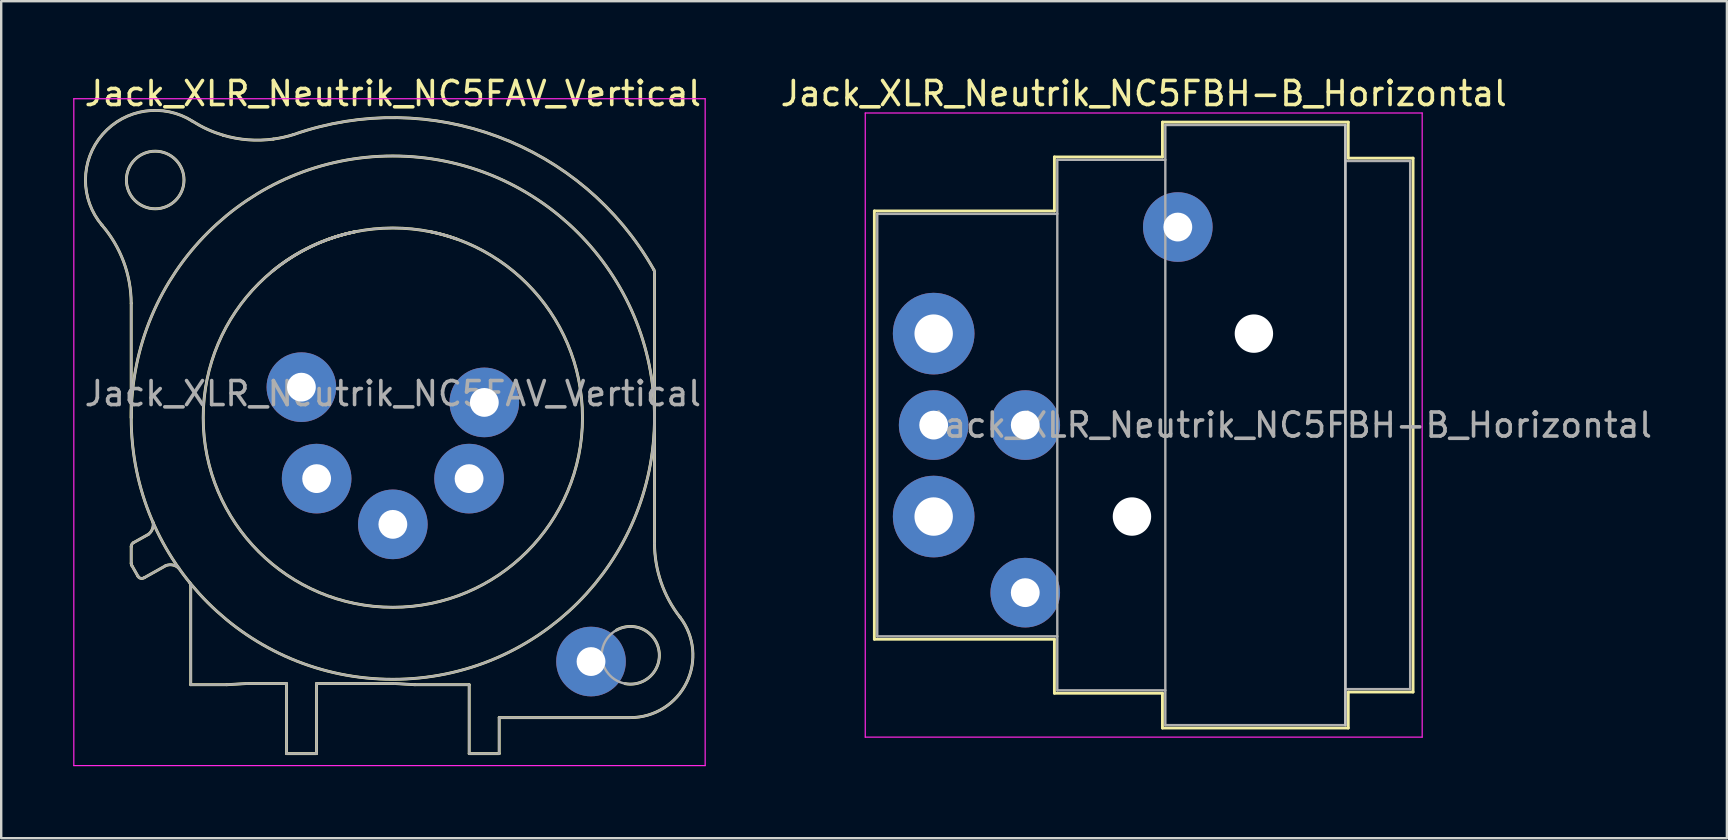
<source format=kicad_pcb>
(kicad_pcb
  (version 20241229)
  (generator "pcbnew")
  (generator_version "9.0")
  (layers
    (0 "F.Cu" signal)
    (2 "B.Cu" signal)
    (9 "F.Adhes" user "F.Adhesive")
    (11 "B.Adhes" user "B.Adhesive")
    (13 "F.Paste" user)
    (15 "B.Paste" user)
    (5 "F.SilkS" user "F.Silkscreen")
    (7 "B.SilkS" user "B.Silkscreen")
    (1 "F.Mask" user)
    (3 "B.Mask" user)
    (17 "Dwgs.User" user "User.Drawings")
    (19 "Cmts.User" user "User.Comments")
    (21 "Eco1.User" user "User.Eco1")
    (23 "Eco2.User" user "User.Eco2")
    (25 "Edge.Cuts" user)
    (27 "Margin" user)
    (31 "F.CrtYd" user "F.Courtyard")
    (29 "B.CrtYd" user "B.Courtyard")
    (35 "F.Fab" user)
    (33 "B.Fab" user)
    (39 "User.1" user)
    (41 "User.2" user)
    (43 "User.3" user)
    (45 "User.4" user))
  (footprint "Jack_XLR_Neutrik_NC5FAV_Vertical"
    (layer "F.Cu")
    (at 17.125 13.713)
    (property "Reference" "Jack_XLR_Neutrik_NC5FAV_Vertical" (at -3.81 -12.865 0) (layer "F.SilkS") (effects (font (size 1 1) (thickness 0.15))))
    (attr through_hole)
    (fp_line (start -14.71 0.635) (end -14.71 -4.13) (stroke (width 0.12) (type solid)) (layer "F.SilkS"))
    (fp_line (start -14.71 6.01) (end -14.71 6.7) (stroke (width 0.12) (type solid)) (layer "F.SilkS"))
    (fp_line (start -14.68 6.8) (end -14.43 7.24) (stroke (width 0.12) (type solid)) (layer "F.SilkS"))
    (fp_line (start -14.61 5.84) (end -14 5.5) (stroke (width 0.12) (type solid)) (layer "F.SilkS"))
    (fp_line (start -14.16 7.3) (end -13.27 6.8) (stroke (width 0.12) (type solid)) (layer "F.SilkS"))
    (fp_line (start -12.23 11.76) (end -12.23 7.62) (stroke (width 0.12) (type solid)) (layer "F.SilkS"))
    (fp_line (start -10.73 11.76) (end -12.23 11.76) (stroke (width 0.12) (type solid)) (layer "F.SilkS"))
    (fp_line (start -9.89 11.71) (end -10.73 11.76) (stroke (width 0.12) (type solid)) (layer "F.SilkS"))
    (fp_line (start -8.24 11.71) (end -9.89 11.71) (stroke (width 0.12) (type solid)) (layer "F.SilkS"))
    (fp_line (start -8.24 11.71) (end -8.24 14.63) (stroke (width 0.12) (type solid)) (layer "F.SilkS"))
    (fp_line (start -6.99 14.63) (end -8.24 14.63) (stroke (width 0.12) (type solid)) (layer "F.SilkS"))
    (fp_line (start -6.99 14.63) (end -6.99 11.71) (stroke (width 0.12) (type solid)) (layer "F.SilkS"))
    (fp_line (start -3.73 11.71) (end -6.99 11.71) (stroke (width 0.12) (type solid)) (layer "F.SilkS"))
    (fp_line (start -2.89 11.76) (end -3.73 11.71) (stroke (width 0.12) (type solid)) (layer "F.SilkS"))
    (fp_line (start -0.63 11.76) (end -2.89 11.76) (stroke (width 0.12) (type solid)) (layer "F.SilkS"))
    (fp_line (start -0.63 11.76) (end -0.63 14.63) (stroke (width 0.12) (type solid)) (layer "F.SilkS"))
    (fp_line (start 0.62 14.63) (end -0.63 14.63) (stroke (width 0.12) (type solid)) (layer "F.SilkS"))
    (fp_line (start 0.62 14.63) (end 0.62 13.13) (stroke (width 0.12) (type solid)) (layer "F.SilkS"))
    (fp_line (start 6.09 13.13) (end 0.62 13.13) (stroke (width 0.12) (type solid)) (layer "F.SilkS"))
    (fp_line (start 7.09 -5.43) (end 7.09 5.87) (stroke (width 0.12) (type solid)) (layer "F.SilkS"))
    (fp_arc (start -15.929066 -7.385564) (mid -15.028115 -5.866905) (end -14.71 -4.13) (stroke (width 0.12) (type solid)) (layer "F.SilkS"))
    (fp_arc (start -15.918146 -7.373153) (mid -15.902506 -11.164998) (end -12.15 -11.71) (stroke (width 0.12) (type solid)) (layer "F.SilkS"))
    (fp_arc (start -14.709743 6.009652) (mid -14.682878 5.9113) (end -14.61 5.84) (stroke (width 0.12) (type solid)) (layer "F.SilkS"))
    (fp_arc (start -14.682649 6.795385) (mid -14.703027 6.749614) (end -14.71 6.7) (stroke (width 0.12) (type solid)) (layer "F.SilkS"))
    (fp_arc (start -14.160142 7.297076) (mid -14.307987 7.329603) (end -14.43 7.24) (stroke (width 0.12) (type solid)) (layer "F.SilkS"))
    (fp_arc (start -13.801628 4.991381) (mid -13.826689 5.274601) (end -14 5.5) (stroke (width 0.12) (type solid)) (layer "F.SilkS"))
    (fp_arc (start -13.27 6.8) (mid -12.979462 6.773118) (end -12.722228 6.910835) (stroke (width 0.12) (type solid)) (layer "F.SilkS"))
    (fp_arc (start -12.267885 7.513016) (mid -12.239751 7.563253) (end -12.23 7.62) (stroke (width 0.12) (type solid)) (layer "F.SilkS"))
    (fp_arc (start -10.874228 -11.129536) (mid -11.532536 -11.374883) (end -12.15 -11.71) (stroke (width 0.12) (type solid)) (layer "F.SilkS"))
    (fp_arc (start -8.842926 -5.457584) (mid -7.213275 -6.497156) (end -5.38 -7.11) (stroke (width 0.12) (type solid)) (layer "F.SilkS"))
    (fp_arc (start -8.78758 -10.969733) (mid -9.842283 -10.938982) (end -10.88 -11.13) (stroke (width 0.12) (type solid)) (layer "F.SilkS"))
    (fp_arc (start -7.953762 -11.154656) (mid -8.367971 -11.044621) (end -8.79 -10.97) (stroke (width 0.12) (type solid)) (layer "F.SilkS"))
    (fp_arc (start -7.952655 -11.154934) (mid 0.574548 -11.067131) (end 7.06 -5.53) (stroke (width 0.12) (type solid)) (layer "F.SilkS"))
    (fp_arc (start -6.455617 -6.811518) (mid -5.923085 -6.979774) (end -5.38 -7.11) (stroke (width 0.12) (type solid)) (layer "F.SilkS"))
    (fp_arc (start -2.235447 -7.109114) (mid -1.692436 -6.978569) (end -1.16 -6.81) (stroke (width 0.12) (type solid)) (layer "F.SilkS"))
    (fp_arc (start 5.507701 9.483226) (mid 7.277502 10.347546) (end 5.86 11.715) (stroke (width 0.12) (type solid)) (layer "F.SilkS"))
    (fp_arc (start 7.056349 -5.537362) (mid 7.080146 -5.485866) (end 7.09 -5.43) (stroke (width 0.12) (type solid)) (layer "F.SilkS"))
    (fp_arc (start 8.152719 8.94722) (mid 8.42187 11.679951) (end 6.09 13.13) (stroke (width 0.12) (type solid)) (layer "F.SilkS"))
    (fp_arc (start 8.154941 8.951603) (mid 7.36532 7.499668) (end 7.09 5.87) (stroke (width 0.12) (type solid)) (layer "F.SilkS"))
    (fp_circle (center -13.71 -9.265) (end -12.51 -9.265) (stroke (width 0.12) (type solid)) (fill no) (layer "F.SilkS"))
    (fp_circle (center -3.81 0.635) (end 4.09 0.635) (stroke (width 0.12) (type solid)) (fill no) (layer "F.SilkS"))
    (fp_circle (center -3.81 0.635) (end 7.09 0.635) (stroke (width 0.12) (type solid)) (fill no) (layer "F.SilkS"))
    (fp_line (start -17.1 -12.65) (end 9.2 -12.65) (stroke (width 0.05) (type solid)) (layer "F.CrtYd"))
    (fp_line (start -17.1 15.13) (end -17.1 -12.65) (stroke (width 0.05) (type solid)) (layer "F.CrtYd"))
    (fp_line (start 9.2 -12.65) (end 9.2 15.13) (stroke (width 0.05) (type solid)) (layer "F.CrtYd"))
    (fp_line (start 9.2 15.13) (end -17.1 15.13) (stroke (width 0.05) (type solid)) (layer "F.CrtYd"))
    (fp_line (start -14.71 0.635) (end -14.71 -4.13) (stroke (width 0.1) (type solid)) (layer "F.Fab"))
    (fp_line (start -14.71 6.01) (end -14.71 6.7) (stroke (width 0.1) (type solid)) (layer "F.Fab"))
    (fp_line (start -14.68 6.8) (end -14.43 7.24) (stroke (width 0.1) (type solid)) (layer "F.Fab"))
    (fp_line (start -14.61 5.84) (end -14 5.5) (stroke (width 0.1) (type solid)) (layer "F.Fab"))
    (fp_line (start -14.16 7.3) (end -13.27 6.8) (stroke (width 0.1) (type solid)) (layer "F.Fab"))
    (fp_line (start -12.23 11.76) (end -12.23 7.62) (stroke (width 0.1) (type solid)) (layer "F.Fab"))
    (fp_line (start -10.73 11.76) (end -12.23 11.76) (stroke (width 0.1) (type solid)) (layer "F.Fab"))
    (fp_line (start -9.89 11.71) (end -10.73 11.76) (stroke (width 0.1) (type solid)) (layer "F.Fab"))
    (fp_line (start -8.24 11.71) (end -9.89 11.71) (stroke (width 0.1) (type solid)) (layer "F.Fab"))
    (fp_line (start -8.24 11.71) (end -8.24 14.63) (stroke (width 0.1) (type solid)) (layer "F.Fab"))
    (fp_line (start -6.99 14.63) (end -8.24 14.63) (stroke (width 0.1) (type solid)) (layer "F.Fab"))
    (fp_line (start -6.99 14.63) (end -6.99 11.71) (stroke (width 0.1) (type solid)) (layer "F.Fab"))
    (fp_line (start -3.73 11.71) (end -6.99 11.71) (stroke (width 0.1) (type solid)) (layer "F.Fab"))
    (fp_line (start -2.89 11.76) (end -3.73 11.71) (stroke (width 0.1) (type solid)) (layer "F.Fab"))
    (fp_line (start -0.63 11.76) (end -2.89 11.76) (stroke (width 0.1) (type solid)) (layer "F.Fab"))
    (fp_line (start -0.63 11.76) (end -0.63 14.63) (stroke (width 0.1) (type solid)) (layer "F.Fab"))
    (fp_line (start 0.62 14.63) (end -0.63 14.63) (stroke (width 0.1) (type solid)) (layer "F.Fab"))
    (fp_line (start 0.62 14.63) (end 0.62 13.13) (stroke (width 0.1) (type solid)) (layer "F.Fab"))
    (fp_line (start 6.09 13.13) (end 0.62 13.13) (stroke (width 0.1) (type solid)) (layer "F.Fab"))
    (fp_line (start 7.09 -5.43) (end 7.09 5.87) (stroke (width 0.1) (type solid)) (layer "F.Fab"))
    (fp_arc (start -15.929066 -7.385564) (mid -15.028115 -5.866905) (end -14.71 -4.13) (stroke (width 0.1) (type solid)) (layer "F.Fab"))
    (fp_arc (start -15.918146 -7.373153) (mid -15.902506 -11.164998) (end -12.15 -11.71) (stroke (width 0.1) (type solid)) (layer "F.Fab"))
    (fp_arc (start -14.709743 6.009652) (mid -14.682878 5.9113) (end -14.61 5.84) (stroke (width 0.1) (type solid)) (layer "F.Fab"))
    (fp_arc (start -14.682649 6.795385) (mid -14.703027 6.749614) (end -14.71 6.7) (stroke (width 0.1) (type solid)) (layer "F.Fab"))
    (fp_arc (start -14.160142 7.297076) (mid -14.307987 7.329603) (end -14.43 7.24) (stroke (width 0.1) (type solid)) (layer "F.Fab"))
    (fp_arc (start -13.801628 4.991381) (mid -13.826689 5.274601) (end -14 5.5) (stroke (width 0.1) (type solid)) (layer "F.Fab"))
    (fp_arc (start -13.27 6.8) (mid -12.979462 6.773118) (end -12.722228 6.910835) (stroke (width 0.1) (type solid)) (layer "F.Fab"))
    (fp_arc (start -12.267885 7.513016) (mid -12.239751 7.563253) (end -12.23 7.62) (stroke (width 0.1) (type solid)) (layer "F.Fab"))
    (fp_arc (start -10.874228 -11.129536) (mid -11.532536 -11.374883) (end -12.15 -11.71) (stroke (width 0.1) (type solid)) (layer "F.Fab"))
    (fp_arc (start -8.842926 -5.457584) (mid -7.213275 -6.497156) (end -5.38 -7.11) (stroke (width 0.1) (type solid)) (layer "F.Fab"))
    (fp_arc (start -8.78758 -10.969733) (mid -9.842283 -10.938982) (end -10.88 -11.13) (stroke (width 0.1) (type solid)) (layer "F.Fab"))
    (fp_arc (start -7.953762 -11.154656) (mid -8.367971 -11.044621) (end -8.79 -10.97) (stroke (width 0.1) (type solid)) (layer "F.Fab"))
    (fp_arc (start -7.952655 -11.154934) (mid 0.574548 -11.067131) (end 7.06 -5.53) (stroke (width 0.1) (type solid)) (layer "F.Fab"))
    (fp_arc (start -6.455617 -6.811518) (mid -5.923085 -6.979774) (end -5.38 -7.11) (stroke (width 0.1) (type solid)) (layer "F.Fab"))
    (fp_arc (start -2.235447 -7.109114) (mid -1.692436 -6.978569) (end -1.16 -6.81) (stroke (width 0.1) (type solid)) (layer "F.Fab"))
    (fp_arc (start 7.056349 -5.537362) (mid 7.080146 -5.485866) (end 7.09 -5.43) (stroke (width 0.1) (type solid)) (layer "F.Fab"))
    (fp_arc (start 8.152719 8.94722) (mid 8.42187 11.679951) (end 6.09 13.13) (stroke (width 0.1) (type solid)) (layer "F.Fab"))
    (fp_arc (start 8.154941 8.951603) (mid 7.36532 7.499668) (end 7.09 5.87) (stroke (width 0.1) (type solid)) (layer "F.Fab"))
    (fp_circle (center -13.71 -9.265) (end -12.51 -9.265) (stroke (width 0.1) (type solid)) (fill no) (layer "F.Fab"))
    (fp_circle (center -3.81 0.635) (end 4.09 0.635) (stroke (width 0.1) (type solid)) (fill no) (layer "F.Fab"))
    (fp_circle (center -3.81 0.635) (end 7.09 0.635) (stroke (width 0.1) (type solid)) (fill no) (layer "F.Fab"))
    (fp_circle (center 6.09 10.535) (end 7.29 10.535) (stroke (width 0.1) (type solid)) (fill no) (layer "F.Fab"))
    (fp_text user "${REFERENCE}" (at -3.81 -0.365 0) (layer "F.Fab") (effects (font (size 1 1) (thickness 0.15))))
    (pad "1" thru_hole circle (at 0 0) (size 2.9 2.9) (drill 1.2) (layers "*.Cu" "*.Mask"))
    (pad "2" thru_hole circle (at -0.635 3.175) (size 2.9 2.9) (drill 1.2) (layers "*.Cu" "*.Mask"))
    (pad "3" thru_hole circle (at -3.81 5.08) (size 2.9 2.9) (drill 1.2) (layers "*.Cu" "*.Mask"))
    (pad "4" thru_hole circle (at -6.985 3.175) (size 2.9 2.9) (drill 1.2) (layers "*.Cu" "*.Mask"))
    (pad "5" thru_hole circle (at -7.62 -0.635) (size 2.9 2.9) (drill 1.2) (layers "*.Cu" "*.Mask"))
    (pad "G" thru_hole circle (at 4.445 10.795) (size 2.9 2.9) (drill 1.2) (layers "*.Cu" "*.Mask")))
  (footprint "Jack_XLR_Neutrik_NC5FBH-B_Horizontal"
    (layer "F.Cu")
    (at 35.844 10.848)
    (property "Reference" "Jack_XLR_Neutrik_NC5FBH-B_Horizontal" (at 8.75 -10 0) (layer "F.SilkS") (effects (font (size 1 1) (thickness 0.15))))
    (attr through_hole)
    (fp_line (start -2.47 -5.11) (end -2.47 12.73) (stroke (width 0.12) (type solid)) (layer "F.SilkS"))
    (fp_line (start 5.03 -5.11) (end -2.47 -5.11) (stroke (width 0.12) (type solid)) (layer "F.SilkS"))
    (fp_line (start 5.03 -5.11) (end 5.03 -7.36) (stroke (width 0.12) (type solid)) (layer "F.SilkS"))
    (fp_line (start 5.03 12.73) (end -2.47 12.73) (stroke (width 0.12) (type solid)) (layer "F.SilkS"))
    (fp_line (start 5.03 12.73) (end 5.03 14.98) (stroke (width 0.12) (type solid)) (layer "F.SilkS"))
    (fp_line (start 9.53 -7.36) (end 5.03 -7.36) (stroke (width 0.12) (type solid)) (layer "F.SilkS"))
    (fp_line (start 9.53 -7.36) (end 9.53 -8.81) (stroke (width 0.12) (type solid)) (layer "F.SilkS"))
    (fp_line (start 9.53 14.98) (end 5.03 14.98) (stroke (width 0.12) (type solid)) (layer "F.SilkS"))
    (fp_line (start 9.53 16.43) (end 9.53 14.98) (stroke (width 0.12) (type solid)) (layer "F.SilkS"))
    (fp_line (start 17.27 -8.81) (end 9.53 -8.81) (stroke (width 0.12) (type solid)) (layer "F.SilkS"))
    (fp_line (start 17.27 -8.81) (end 17.27 -7.31) (stroke (width 0.12) (type solid)) (layer "F.SilkS"))
    (fp_line (start 17.27 -7.31) (end 19.97 -7.31) (stroke (width 0.12) (type solid)) (layer "F.SilkS"))
    (fp_line (start 17.27 14.93) (end 17.27 16.43) (stroke (width 0.12) (type solid)) (layer "F.SilkS"))
    (fp_line (start 17.27 14.93) (end 19.97 14.93) (stroke (width 0.12) (type solid)) (layer "F.SilkS"))
    (fp_line (start 17.27 16.43) (end 9.53 16.43) (stroke (width 0.12) (type solid)) (layer "F.SilkS"))
    (fp_line (start 19.97 -7.31) (end 19.97 14.93) (stroke (width 0.12) (type solid)) (layer "F.SilkS"))
    (fp_line (start 17.15 -8.69) (end 17.15 16.31) (stroke (width 0.1) (type solid)) (layer "Dwgs.User"))
    (fp_line (start -2.85 -9.19) (end -2.85 16.81) (stroke (width 0.05) (type solid)) (layer "F.CrtYd"))
    (fp_line (start 20.35 -9.19) (end -2.85 -9.19) (stroke (width 0.05) (type solid)) (layer "F.CrtYd"))
    (fp_line (start 20.35 -9.19) (end 20.35 16.81) (stroke (width 0.05) (type solid)) (layer "F.CrtYd"))
    (fp_line (start 20.35 16.81) (end -2.85 16.81) (stroke (width 0.05) (type solid)) (layer "F.CrtYd"))
    (fp_line (start -2.35 -4.99) (end -2.35 12.61) (stroke (width 0.1) (type solid)) (layer "F.Fab"))
    (fp_line (start 5.15 -4.99) (end -2.35 -4.99) (stroke (width 0.1) (type solid)) (layer "F.Fab"))
    (fp_line (start 5.15 12.61) (end -2.35 12.61) (stroke (width 0.1) (type solid)) (layer "F.Fab"))
    (fp_line (start 5.15 14.86) (end 5.15 -7.24) (stroke (width 0.1) (type solid)) (layer "F.Fab"))
    (fp_line (start 5.15 14.86) (end 9.65 14.86) (stroke (width 0.1) (type solid)) (layer "F.Fab"))
    (fp_line (start 9.65 -8.69) (end 17.15 -8.69) (stroke (width 0.1) (type solid)) (layer "F.Fab"))
    (fp_line (start 9.65 -7.24) (end 5.15 -7.24) (stroke (width 0.1) (type solid)) (layer "F.Fab"))
    (fp_line (start 9.65 16.31) (end 9.65 -8.69) (stroke (width 0.1) (type solid)) (layer "F.Fab"))
    (fp_line (start 17.15 -8.69) (end 17.15 16.31) (stroke (width 0.1) (type solid)) (layer "F.Fab"))
    (fp_line (start 17.15 -7.19) (end 19.85 -7.19) (stroke (width 0.1) (type solid)) (layer "F.Fab"))
    (fp_line (start 17.15 16.31) (end 9.65 16.31) (stroke (width 0.1) (type solid)) (layer "F.Fab"))
    (fp_line (start 19.85 -7.19) (end 19.85 14.81) (stroke (width 0.1) (type solid)) (layer "F.Fab"))
    (fp_line (start 19.85 14.81) (end 17.15 14.81) (stroke (width 0.1) (type solid)) (layer "F.Fab"))
    (fp_text user "${REFERENCE}" (at 14.8 3.81 0) (layer "F.Fab") (effects (font (size 1 1) (thickness 0.15))))
    (pad "" np_thru_hole circle (at 8.26 7.62) (size 1.6 1.6) (drill 1.6) (layers "*.Cu" "*.Mask"))
    (pad "" np_thru_hole circle (at 13.34 0) (size 1.6 1.6) (drill 1.6) (layers "*.Cu" "*.Mask"))
    (pad "1" thru_hole circle (at 0 0) (size 3.4 3.4) (drill 1.6) (layers "*.Cu" "*.Mask"))
    (pad "2" thru_hole circle (at 3.815 3.81) (size 2.9 2.9) (drill 1.2) (layers "*.Cu" "*.Mask"))
    (pad "3" thru_hole circle (at 0 3.81) (size 2.9 2.9) (drill 1.2) (layers "*.Cu" "*.Mask"))
    (pad "4" thru_hole circle (at 3.815 10.79) (size 2.9 2.9) (drill 1.2) (layers "*.Cu" "*.Mask"))
    (pad "5" thru_hole circle (at 0 7.62) (size 3.4 3.4) (drill 1.6) (layers "*.Cu" "*.Mask"))
    (pad "G" thru_hole circle (at 10.17 -4.44) (size 2.9 2.9) (drill 1.2) (layers "*.Cu" "*.Mask")))
  (gr_rect
    (start -3 -3)
    (end 68.888 31.868)
    (stroke (width 0.1) (type default))
    (fill no)
    (layer "Edge.Cuts")))
</source>
